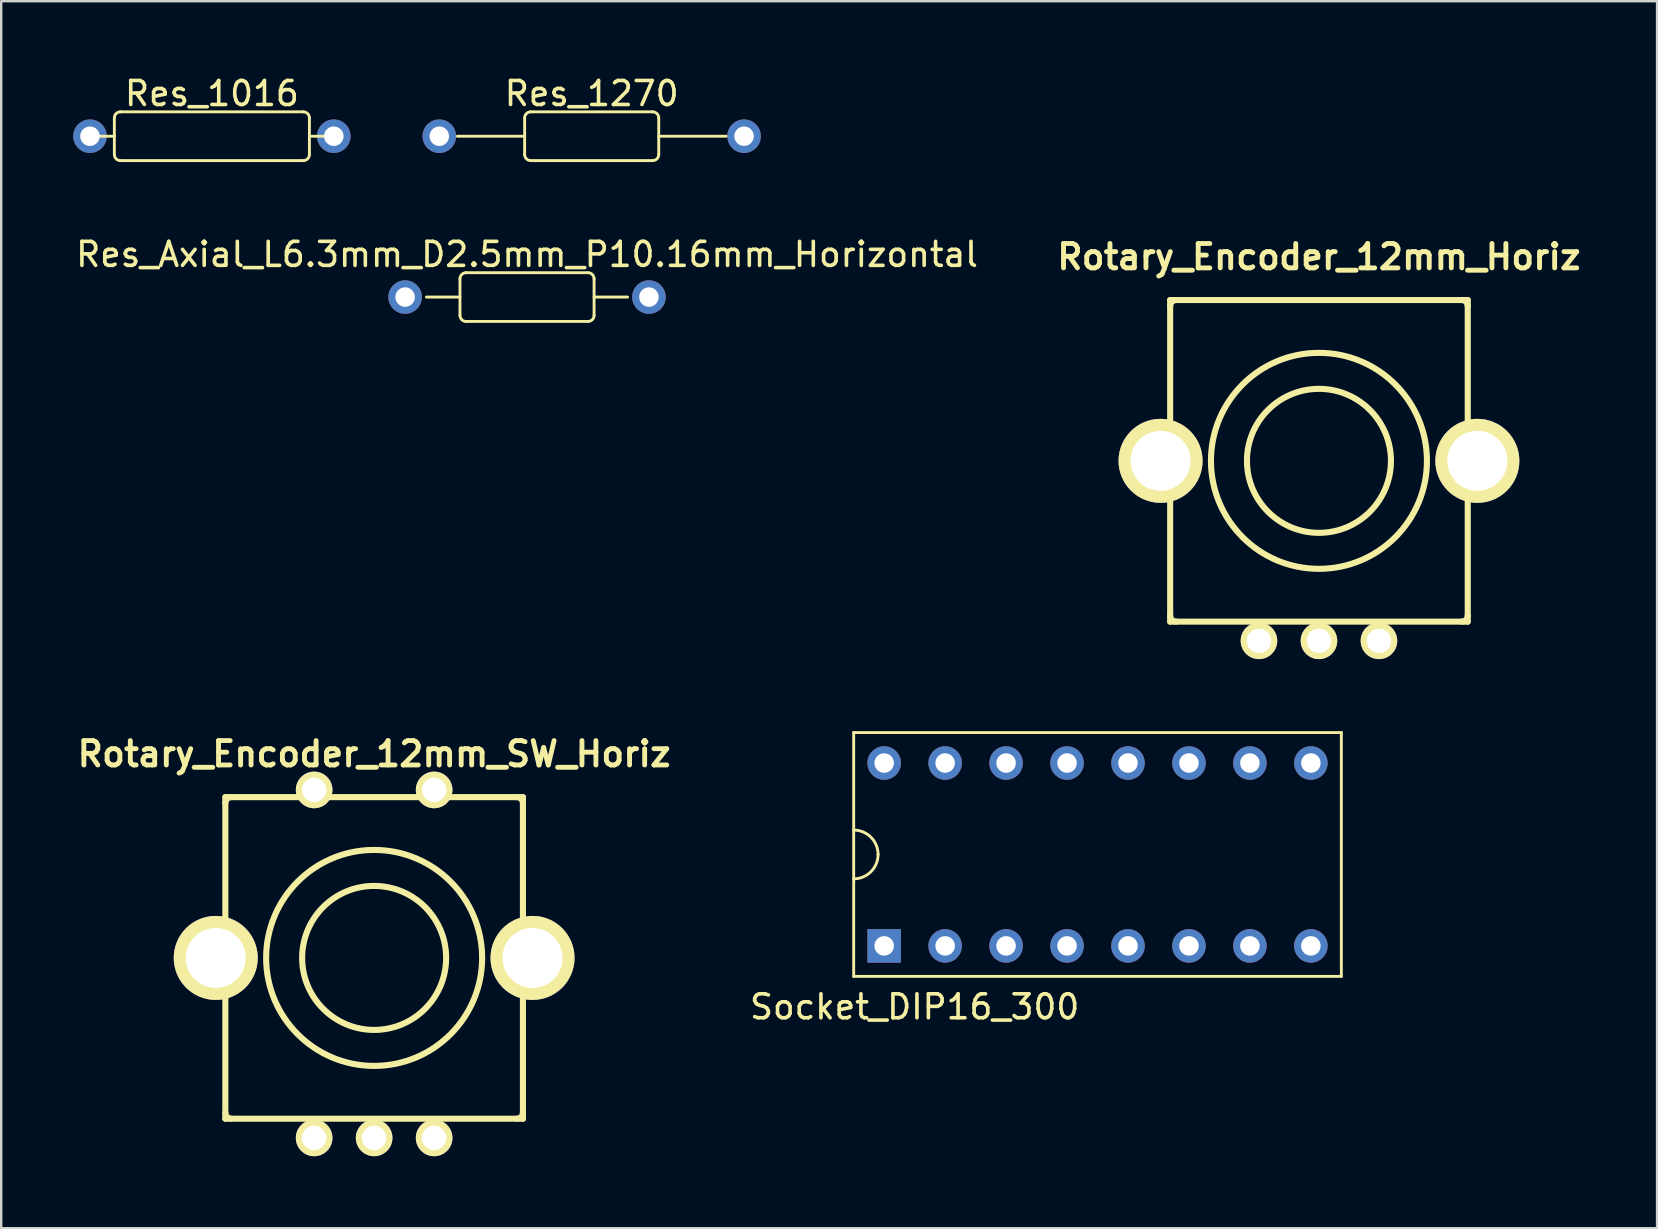
<source format=kicad_pcb>
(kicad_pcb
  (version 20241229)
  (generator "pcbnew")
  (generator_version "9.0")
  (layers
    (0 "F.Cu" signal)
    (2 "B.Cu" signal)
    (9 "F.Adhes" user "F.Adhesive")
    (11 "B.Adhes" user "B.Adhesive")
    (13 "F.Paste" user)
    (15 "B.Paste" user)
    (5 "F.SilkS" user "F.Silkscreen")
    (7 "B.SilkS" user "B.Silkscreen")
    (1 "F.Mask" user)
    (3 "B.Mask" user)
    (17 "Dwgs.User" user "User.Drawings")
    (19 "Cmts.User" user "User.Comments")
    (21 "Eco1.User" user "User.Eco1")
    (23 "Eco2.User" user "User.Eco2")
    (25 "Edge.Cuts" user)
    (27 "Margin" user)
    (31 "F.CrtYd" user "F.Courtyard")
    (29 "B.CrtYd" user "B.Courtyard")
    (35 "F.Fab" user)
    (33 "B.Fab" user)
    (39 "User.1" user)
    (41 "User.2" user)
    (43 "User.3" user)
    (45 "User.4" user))
  (footprint "Res_1016"
    (layer "F.Cu")
    (at 5.779 2.626)
    (property "Reference" "Res_1016" (at 0 -1.778 0) (layer "F.SilkS") (effects (font (size 1 1) (thickness 0.15))))
    (attr through_hole)
    (fp_line (start -5.08 0) (end -4.064 0) (stroke (width 0.12) (type solid)) (layer "F.SilkS"))
    (fp_line (start -4.064 0.762) (end -4.064 -0.762) (stroke (width 0.12) (type solid)) (layer "F.SilkS"))
    (fp_line (start -3.81 -1.016) (end 3.81 -1.016) (stroke (width 0.12) (type solid)) (layer "F.SilkS"))
    (fp_line (start 3.81 1.016) (end -3.81 1.016) (stroke (width 0.12) (type solid)) (layer "F.SilkS"))
    (fp_line (start 4.064 -0.762) (end 4.064 0.762) (stroke (width 0.12) (type solid)) (layer "F.SilkS"))
    (fp_line (start 4.064 0) (end 5.08 0) (stroke (width 0.12) (type solid)) (layer "F.SilkS"))
    (fp_arc (start -4.064 -0.762) (mid -3.989605 -0.941605) (end -3.81 -1.016) (stroke (width 0.12) (type solid)) (layer "F.SilkS"))
    (fp_arc (start -3.81 1.016) (mid -3.989605 0.941605) (end -4.064 0.762) (stroke (width 0.12) (type solid)) (layer "F.SilkS"))
    (fp_arc (start 3.81 -1.016) (mid 3.989605 -0.941605) (end 4.064 -0.762) (stroke (width 0.12) (type solid)) (layer "F.SilkS"))
    (fp_arc (start 4.064 0.762) (mid 3.989605 0.941605) (end 3.81 1.016) (stroke (width 0.12) (type solid)) (layer "F.SilkS"))
    (pad "1" thru_hole circle (at -5.08 0) (size 1.397 1.397) (drill 0.813) (layers "*.Cu" "*.Mask"))
    (pad "2" thru_hole circle (at 5.08 0) (size 1.397 1.397) (drill 0.813) (layers "*.Cu" "*.Mask")))
  (footprint "Socket_DIP16_300"
    (layer "F.Cu")
    (at 42.683 32.555)
    (property "Reference" "Socket_DIP16_300" (at -7.62 6.35 0) (layer "F.SilkS") (effects (font (size 1 1) (thickness 0.15))))
    (attr through_hole)
    (fp_line (start -10.16 -5.08) (end 10.16 -5.08) (stroke (width 0.12) (type solid)) (layer "F.SilkS"))
    (fp_line (start -10.16 5.08) (end -10.16 -5.08) (stroke (width 0.12) (type solid)) (layer "F.SilkS"))
    (fp_line (start 10.16 -5.08) (end 10.16 5.08) (stroke (width 0.12) (type solid)) (layer "F.SilkS"))
    (fp_line (start 10.16 5.08) (end -10.16 5.08) (stroke (width 0.12) (type solid)) (layer "F.SilkS"))
    (fp_arc (start -10.16 -1.016) (mid -9.44158 -0.71842) (end -9.144 0) (stroke (width 0.12) (type solid)) (layer "F.SilkS"))
    (fp_arc (start -9.144 0) (mid -9.44158 0.71842) (end -10.16 1.016) (stroke (width 0.12) (type solid)) (layer "F.SilkS"))
    (pad "1" thru_hole rect (at -8.89 3.81) (size 1.397 1.397) (drill 0.813) (layers "*.Cu" "*.Mask"))
    (pad "2" thru_hole circle (at -6.35 3.81) (size 1.397 1.397) (drill 0.813) (layers "*.Cu" "*.Mask"))
    (pad "3" thru_hole circle (at -3.81 3.81) (size 1.397 1.397) (drill 0.813) (layers "*.Cu" "*.Mask"))
    (pad "4" thru_hole circle (at -1.27 3.81) (size 1.397 1.397) (drill 0.813) (layers "*.Cu" "*.Mask"))
    (pad "5" thru_hole circle (at 1.27 3.81) (size 1.397 1.397) (drill 0.813) (layers "*.Cu" "*.Mask"))
    (pad "6" thru_hole circle (at 3.81 3.81) (size 1.397 1.397) (drill 0.813) (layers "*.Cu" "*.Mask"))
    (pad "7" thru_hole circle (at 6.35 3.81) (size 1.397 1.397) (drill 0.813) (layers "*.Cu" "*.Mask"))
    (pad "8" thru_hole circle (at 8.89 3.81) (size 1.397 1.397) (drill 0.813) (layers "*.Cu" "*.Mask"))
    (pad "9" thru_hole circle (at 8.89 -3.81) (size 1.397 1.397) (drill 0.813) (layers "*.Cu" "*.Mask"))
    (pad "10" thru_hole circle (at 6.35 -3.81) (size 1.397 1.397) (drill 0.813) (layers "*.Cu" "*.Mask"))
    (pad "11" thru_hole circle (at 3.81 -3.81) (size 1.397 1.397) (drill 0.813) (layers "*.Cu" "*.Mask"))
    (pad "12" thru_hole circle (at 1.27 -3.81) (size 1.397 1.397) (drill 0.813) (layers "*.Cu" "*.Mask"))
    (pad "13" thru_hole circle (at -1.27 -3.81) (size 1.397 1.397) (drill 0.813) (layers "*.Cu" "*.Mask"))
    (pad "14" thru_hole circle (at -3.81 -3.81) (size 1.397 1.397) (drill 0.813) (layers "*.Cu" "*.Mask"))
    (pad "15" thru_hole circle (at -6.35 -3.81) (size 1.397 1.397) (drill 0.813) (layers "*.Cu" "*.Mask"))
    (pad "16" thru_hole circle (at -8.89 -3.81) (size 1.397 1.397) (drill 0.813) (layers "*.Cu" "*.Mask")))
  (footprint "Res_Axial_L6.3mm_D2.5mm_P10.16mm_Horizontal"
    (layer "F.Cu")
    (at 18.911 9.329)
    (property "Reference" "Res_Axial_L6.3mm_D2.5mm_P10.16mm_Horizontal" (at 0 -1.778 0) (layer "F.SilkS") (effects (font (size 1 1) (thickness 0.15))))
    (attr through_hole)
    (fp_line (start -2.794 0) (end -4.191 0) (stroke (width 0.12) (type solid)) (layer "F.SilkS"))
    (fp_line (start -2.794 0.762) (end -2.794 -0.762) (stroke (width 0.12) (type solid)) (layer "F.SilkS"))
    (fp_line (start -2.54 -1.016) (end 2.54 -1.016) (stroke (width 0.12) (type solid)) (layer "F.SilkS"))
    (fp_line (start 2.54 1.016) (end -2.54 1.016) (stroke (width 0.12) (type solid)) (layer "F.SilkS"))
    (fp_line (start 2.794 -0.762) (end 2.794 0.762) (stroke (width 0.12) (type solid)) (layer "F.SilkS"))
    (fp_line (start 2.794 0) (end 4.191 0) (stroke (width 0.12) (type solid)) (layer "F.SilkS"))
    (fp_arc (start -2.794 -0.762) (mid -2.719605 -0.941605) (end -2.54 -1.016) (stroke (width 0.12) (type solid)) (layer "F.SilkS"))
    (fp_arc (start -2.54 1.016) (mid -2.719605 0.941605) (end -2.794 0.762) (stroke (width 0.12) (type solid)) (layer "F.SilkS"))
    (fp_arc (start 2.54 -1.016) (mid 2.719605 -0.941605) (end 2.794 -0.762) (stroke (width 0.12) (type solid)) (layer "F.SilkS"))
    (fp_arc (start 2.794 0.762) (mid 2.719605 0.941605) (end 2.54 1.016) (stroke (width 0.12) (type solid)) (layer "F.SilkS"))
    (pad "1" thru_hole circle (at -5.08 0) (size 1.397 1.397) (drill 0.813) (layers "*.Cu" "*.Mask"))
    (pad "2" thru_hole circle (at 5.08 0) (size 1.397 1.397) (drill 0.813) (layers "*.Cu" "*.Mask")))
  (footprint "Rotary_Encoder_12mm_SW_Horiz"
    (layer "F.Cu")
    (at 12.54 36.866)
    (property "Reference" "Rotary_Encoder_12mm_SW_Horiz" (at 0 -8.5 0) (layer "F.SilkS") (effects (font (size 1.016 1.016) (thickness 0.203))))
    (attr through_hole)
    (fp_line (start -6.2 -6.7) (end 6.2 -6.7) (stroke (width 0.254) (type solid)) (layer "F.SilkS"))
    (fp_line (start -6.2 6.7) (end -6.2 -6.7) (stroke (width 0.254) (type solid)) (layer "F.SilkS"))
    (fp_line (start 6.2 -6.7) (end 6.2 6.7) (stroke (width 0.254) (type solid)) (layer "F.SilkS"))
    (fp_line (start 6.2 6.7) (end -6.2 6.7) (stroke (width 0.254) (type solid)) (layer "F.SilkS"))
    (fp_arc (start -6.19974 -6.45082) (mid -6.126833 -6.626833) (end -5.95082 -6.69974) (stroke (width 0.254) (type solid)) (layer "F.SilkS"))
    (fp_arc (start -5.95082 6.69974) (mid -6.126833 6.626833) (end -6.19974 6.45082) (stroke (width 0.254) (type solid)) (layer "F.SilkS"))
    (fp_arc (start 5.95082 -6.69974) (mid 6.126833 -6.626833) (end 6.19974 -6.45082) (stroke (width 0.254) (type solid)) (layer "F.SilkS"))
    (fp_arc (start 6.19974 6.45082) (mid 6.126833 6.626833) (end 5.95082 6.69974) (stroke (width 0.254) (type solid)) (layer "F.SilkS"))
    (fp_circle (center 0 0) (end -4.5 0) (stroke (width 0.254) (type solid)) (fill no) (layer "F.SilkS"))
    (fp_circle (center 0 0) (end -3 0) (stroke (width 0.254) (type solid)) (fill no) (layer "F.SilkS"))
    (pad "1" thru_hole circle (at -2.5 7.5) (size 1.524 1.524) (drill 1.016) (layers "*.Cu" "*.Mask" "F.SilkS"))
    (pad "2" thru_hole circle (at 0 7.5) (size 1.524 1.524) (drill 1.016) (layers "*.Cu" "*.Mask" "F.SilkS"))
    (pad "3" thru_hole circle (at 2.5 7.5) (size 1.524 1.524) (drill 1.016) (layers "*.Cu" "*.Mask" "F.SilkS"))
    (pad "4" thru_hole circle (at -2.5 -7) (size 1.524 1.524) (drill 1.016) (layers "*.Cu" "*.Mask" "F.SilkS"))
    (pad "5" thru_hole circle (at 2.5 -7) (size 1.524 1.524) (drill 1.016) (layers "*.Cu" "*.Mask" "F.SilkS"))
    (pad "~" thru_hole circle (at -6.6 0) (size 3.5 3.5) (drill 2.5) (layers "*.Cu" "*.Mask" "F.SilkS"))
    (pad "~" thru_hole circle (at 6.6 0) (size 3.5 3.5) (drill 2.5) (layers "*.Cu" "*.Mask" "F.SilkS")))
  (footprint "Res_1270"
    (layer "F.Cu")
    (at 21.605 2.626)
    (property "Reference" "Res_1270" (at 0 -1.778 0) (layer "F.SilkS") (effects (font (size 1 1) (thickness 0.15))))
    (attr through_hole)
    (fp_line (start -5.6 0) (end -2.794 0) (stroke (width 0.12) (type solid)) (layer "F.SilkS"))
    (fp_line (start -2.794 0.762) (end -2.794 -0.762) (stroke (width 0.12) (type solid)) (layer "F.SilkS"))
    (fp_line (start -2.54 -1.016) (end 2.54 -1.016) (stroke (width 0.12) (type solid)) (layer "F.SilkS"))
    (fp_line (start 2.54 1.016) (end -2.54 1.016) (stroke (width 0.12) (type solid)) (layer "F.SilkS"))
    (fp_line (start 2.794 -0.762) (end 2.794 0.762) (stroke (width 0.12) (type solid)) (layer "F.SilkS"))
    (fp_line (start 2.794 0) (end 5.6 0) (stroke (width 0.12) (type solid)) (layer "F.SilkS"))
    (fp_arc (start -2.794 -0.762) (mid -2.719605 -0.941605) (end -2.54 -1.016) (stroke (width 0.12) (type solid)) (layer "F.SilkS"))
    (fp_arc (start -2.54 1.016) (mid -2.719605 0.941605) (end -2.794 0.762) (stroke (width 0.12) (type solid)) (layer "F.SilkS"))
    (fp_arc (start 2.54 -1.016) (mid 2.719605 -0.941605) (end 2.794 -0.762) (stroke (width 0.12) (type solid)) (layer "F.SilkS"))
    (fp_arc (start 2.794 0.762) (mid 2.719605 0.941605) (end 2.54 1.016) (stroke (width 0.12) (type solid)) (layer "F.SilkS"))
    (pad "1" thru_hole circle (at -6.35 0) (size 1.397 1.397) (drill 0.813) (layers "*.Cu" "*.Mask"))
    (pad "2" thru_hole circle (at 6.35 0) (size 1.397 1.397) (drill 0.813) (layers "*.Cu" "*.Mask")))
  (footprint "Rotary_Encoder_12mm_Horiz"
    (layer "F.Cu")
    (at 51.91 16.153)
    (property "Reference" "Rotary_Encoder_12mm_Horiz" (at 0 -8.5 0) (layer "F.SilkS") (effects (font (size 1.016 1.016) (thickness 0.203))))
    (attr through_hole)
    (fp_line (start -6.2 -6.7) (end 6.2 -6.7) (stroke (width 0.254) (type solid)) (layer "F.SilkS"))
    (fp_line (start -6.2 6.7) (end -6.2 -6.7) (stroke (width 0.254) (type solid)) (layer "F.SilkS"))
    (fp_line (start 6.2 -6.7) (end 6.2 6.7) (stroke (width 0.254) (type solid)) (layer "F.SilkS"))
    (fp_line (start 6.2 6.7) (end -6.2 6.7) (stroke (width 0.254) (type solid)) (layer "F.SilkS"))
    (fp_arc (start -6.19974 -6.45082) (mid -6.126833 -6.626833) (end -5.95082 -6.69974) (stroke (width 0.254) (type solid)) (layer "F.SilkS"))
    (fp_arc (start -5.95082 6.69974) (mid -6.126833 6.626833) (end -6.19974 6.45082) (stroke (width 0.254) (type solid)) (layer "F.SilkS"))
    (fp_arc (start 5.95082 -6.69974) (mid 6.126833 -6.626833) (end 6.19974 -6.45082) (stroke (width 0.254) (type solid)) (layer "F.SilkS"))
    (fp_arc (start 6.19974 6.45082) (mid 6.126833 6.626833) (end 5.95082 6.69974) (stroke (width 0.254) (type solid)) (layer "F.SilkS"))
    (fp_circle (center 0 0) (end -4.5 0) (stroke (width 0.254) (type solid)) (fill no) (layer "F.SilkS"))
    (fp_circle (center 0 0) (end -3 0) (stroke (width 0.254) (type solid)) (fill no) (layer "F.SilkS"))
    (pad "1" thru_hole circle (at -2.5 7.5) (size 1.524 1.524) (drill 1.016) (layers "*.Cu" "*.Mask" "F.SilkS"))
    (pad "2" thru_hole circle (at 0 7.5) (size 1.524 1.524) (drill 1.016) (layers "*.Cu" "*.Mask" "F.SilkS"))
    (pad "3" thru_hole circle (at 2.5 7.5) (size 1.524 1.524) (drill 1.016) (layers "*.Cu" "*.Mask" "F.SilkS"))
    (pad "~" thru_hole circle (at -6.6 0) (size 3.5 3.5) (drill 2.5) (layers "*.Cu" "*.Mask" "F.SilkS"))
    (pad "~" thru_hole circle (at 6.6 0) (size 3.5 3.5) (drill 2.5) (layers "*.Cu" "*.Mask" "F.SilkS")))
  (gr_rect
    (start -3 -3)
    (end 65.999 48.128)
    (stroke (width 0.1) (type default))
    (fill no)
    (layer "Edge.Cuts")))
</source>
